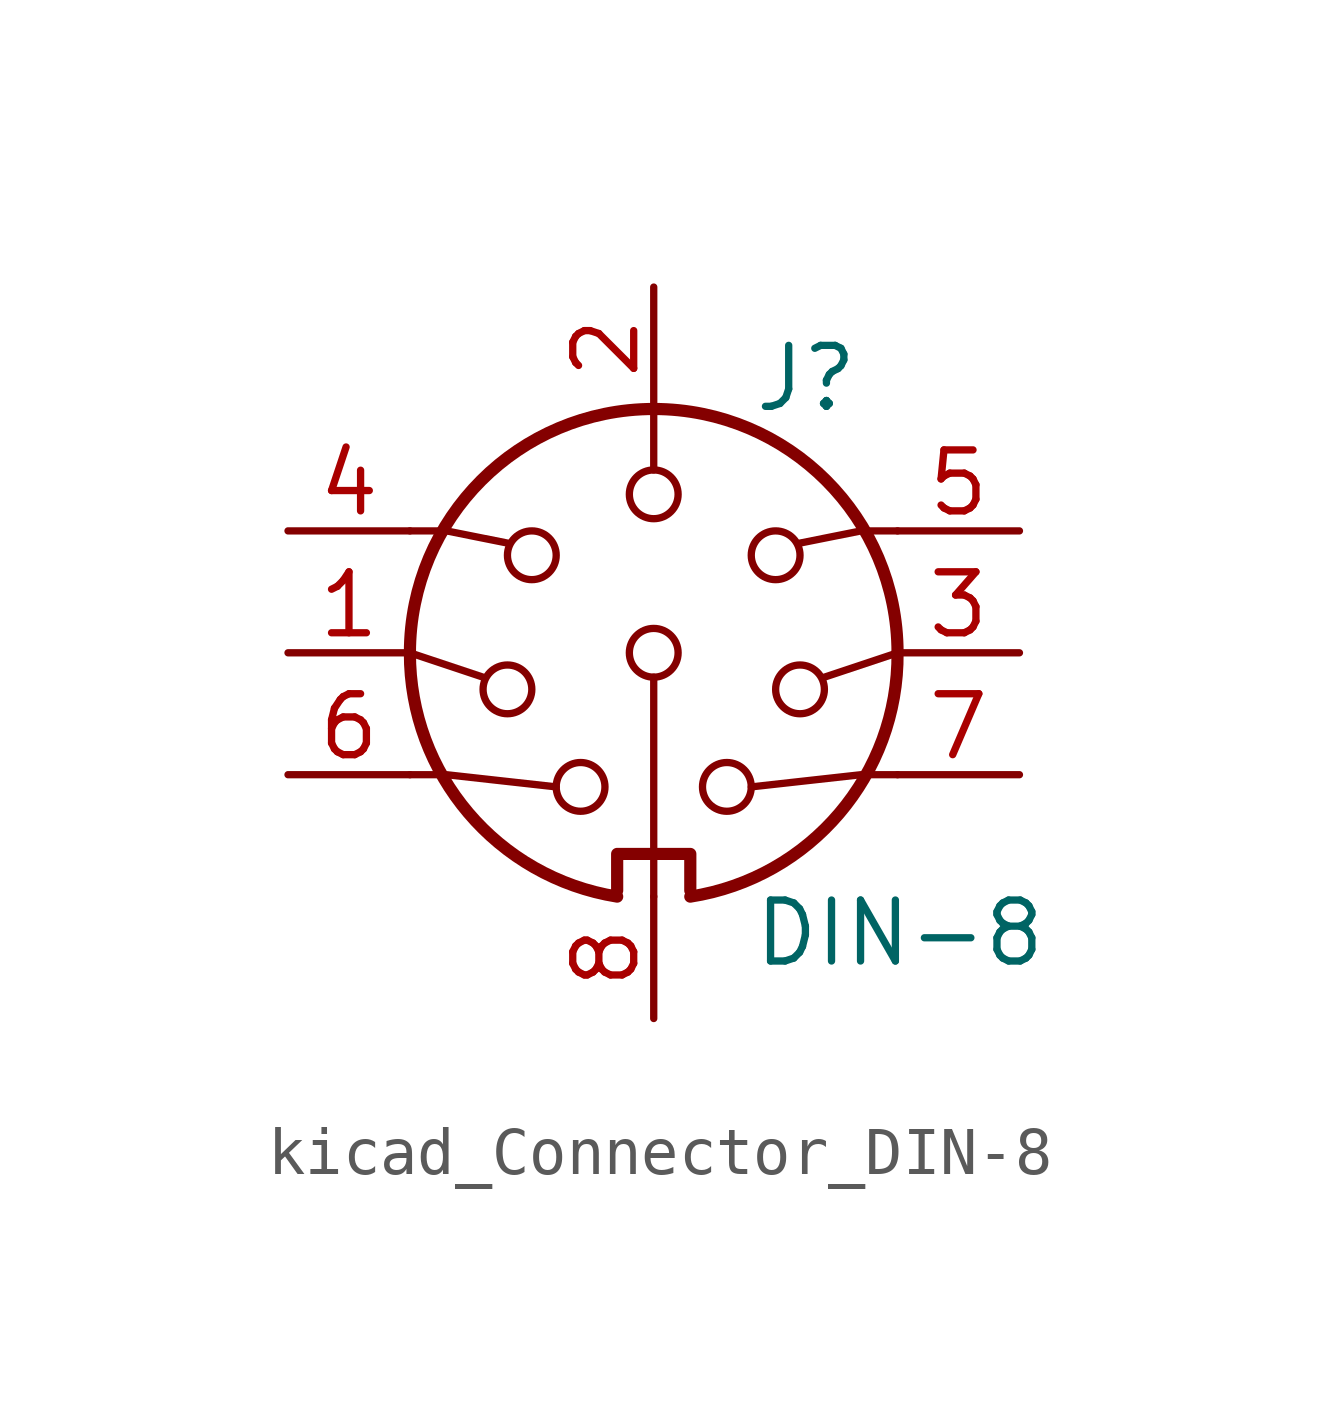
<source format=kicad_sym>
(kicad_symbol_lib
  (version 20220914)
  (generator kicad_symbol_editor)
  (symbol "kicad_Connector_DIN-8"
    (pin_names
      (offset 1.016))
    (property "Reference" "J"
      (at 3.175 5.715 0)
      (effects (font (size 1.27 1.27))))
    (property "Value" "DIN-8"
      (at 2.032 -5.842 0)
      (effects (font (size 1.27 1.27)) (justify left)))
    (symbol "kicad_Connector_DIN-8_0_1"
      (arc (start -5.08 0) (mid -3.8609 -3.3364) (end -0.762 -5.08) (stroke (width 0.254) (type default)) (fill (type none)))
      (circle (center -3.048 -0.762) (radius 0.508) (stroke (width 0) (type default)) (fill (type none)))
      (circle (center -2.54 2.032) (radius 0.508) (stroke (width 0) (type default)) (fill (type none)))
      (circle (center -1.524 -2.794) (radius 0.508) (stroke (width 0) (type default)) (fill (type none)))
      (polyline (pts (xy -5.08 0) (xy -3.556 -0.508)) (stroke (width 0) (type default)) (fill (type none)))
      (polyline (pts (xy 0 -0.508) (xy 0 -5.08)) (stroke (width 0) (type default)) (fill (type none)))
      (polyline (pts (xy 0 5.08) (xy 0 3.81)) (stroke (width 0) (type default)) (fill (type none)))
      (polyline (pts (xy 5.08 0) (xy 3.556 -0.508)) (stroke (width 0) (type default)) (fill (type none)))
      (polyline (pts (xy -5.08 -2.54) (xy -4.318 -2.54) (xy -2.032 -2.794)) (stroke (width 0) (type default)) (fill (type none)))
      (polyline (pts (xy -5.08 2.54) (xy -4.318 2.54) (xy -3.048 2.286)) (stroke (width 0) (type default)) (fill (type none)))
      (polyline (pts (xy 5.08 -2.54) (xy 4.318 -2.54) (xy 2.032 -2.794)) (stroke (width 0) (type default)) (fill (type none)))
      (polyline (pts (xy 5.08 2.54) (xy 4.318 2.54) (xy 3.048 2.286)) (stroke (width 0) (type default)) (fill (type none)))
      (polyline (pts (xy -0.762 -4.953) (xy -0.762 -4.191) (xy 0.762 -4.191) (xy 0.762 -4.953)) (stroke (width 0.254) (type default)) (fill (type none)))
      (circle (center 0 0) (radius 0.508) (stroke (width 0) (type default)) (fill (type none)))
      (circle (center 0 3.302) (radius 0.508) (stroke (width 0) (type default)) (fill (type none)))
      (arc (start 0.762 -5.08) (mid 3.8685 -3.343) (end 5.08 0) (stroke (width 0.254) (type default)) (fill (type none)))
      (circle (center 1.524 -2.794) (radius 0.508) (stroke (width 0) (type default)) (fill (type none)))
      (circle (center 2.54 2.032) (radius 0.508) (stroke (width 0) (type default)) (fill (type none)))
      (circle (center 3.048 -0.762) (radius 0.508) (stroke (width 0) (type default)) (fill (type none)))
      (arc (start 5.08 0) (mid 0 5.0579) (end -5.08 0) (stroke (width 0.254) (type default)) (fill (type none))))
    (symbol "kicad_Connector_DIN-8_1_1"
      (pin passive line (at -7.62 0 0) (length 2.54) (name "~" (effects (font (size 1.27 1.27)))) (number "1" (effects (font (size 1.27 1.27)))))
      (pin passive line (at 0 7.62 270) (length 2.54) (name "~" (effects (font (size 1.27 1.27)))) (number "2" (effects (font (size 1.27 1.27)))))
      (pin passive line (at 7.62 0 180) (length 2.54) (name "~" (effects (font (size 1.27 1.27)))) (number "3" (effects (font (size 1.27 1.27)))))
      (pin passive line (at -7.62 2.54 0) (length 2.54) (name "~" (effects (font (size 1.27 1.27)))) (number "4" (effects (font (size 1.27 1.27)))))
      (pin passive line (at 7.62 2.54 180) (length 2.54) (name "~" (effects (font (size 1.27 1.27)))) (number "5" (effects (font (size 1.27 1.27)))))
      (pin passive line (at -7.62 -2.54 0) (length 2.54) (name "~" (effects (font (size 1.27 1.27)))) (number "6" (effects (font (size 1.27 1.27)))))
      (pin passive line (at 7.62 -2.54 180) (length 2.54) (name "~" (effects (font (size 1.27 1.27)))) (number "7" (effects (font (size 1.27 1.27)))))
      (pin passive line (at 0 -7.62 90) (length 2.54) (name "~" (effects (font (size 1.27 1.27)))) (number "8" (effects (font (size 1.27 1.27))))))))
</source>
